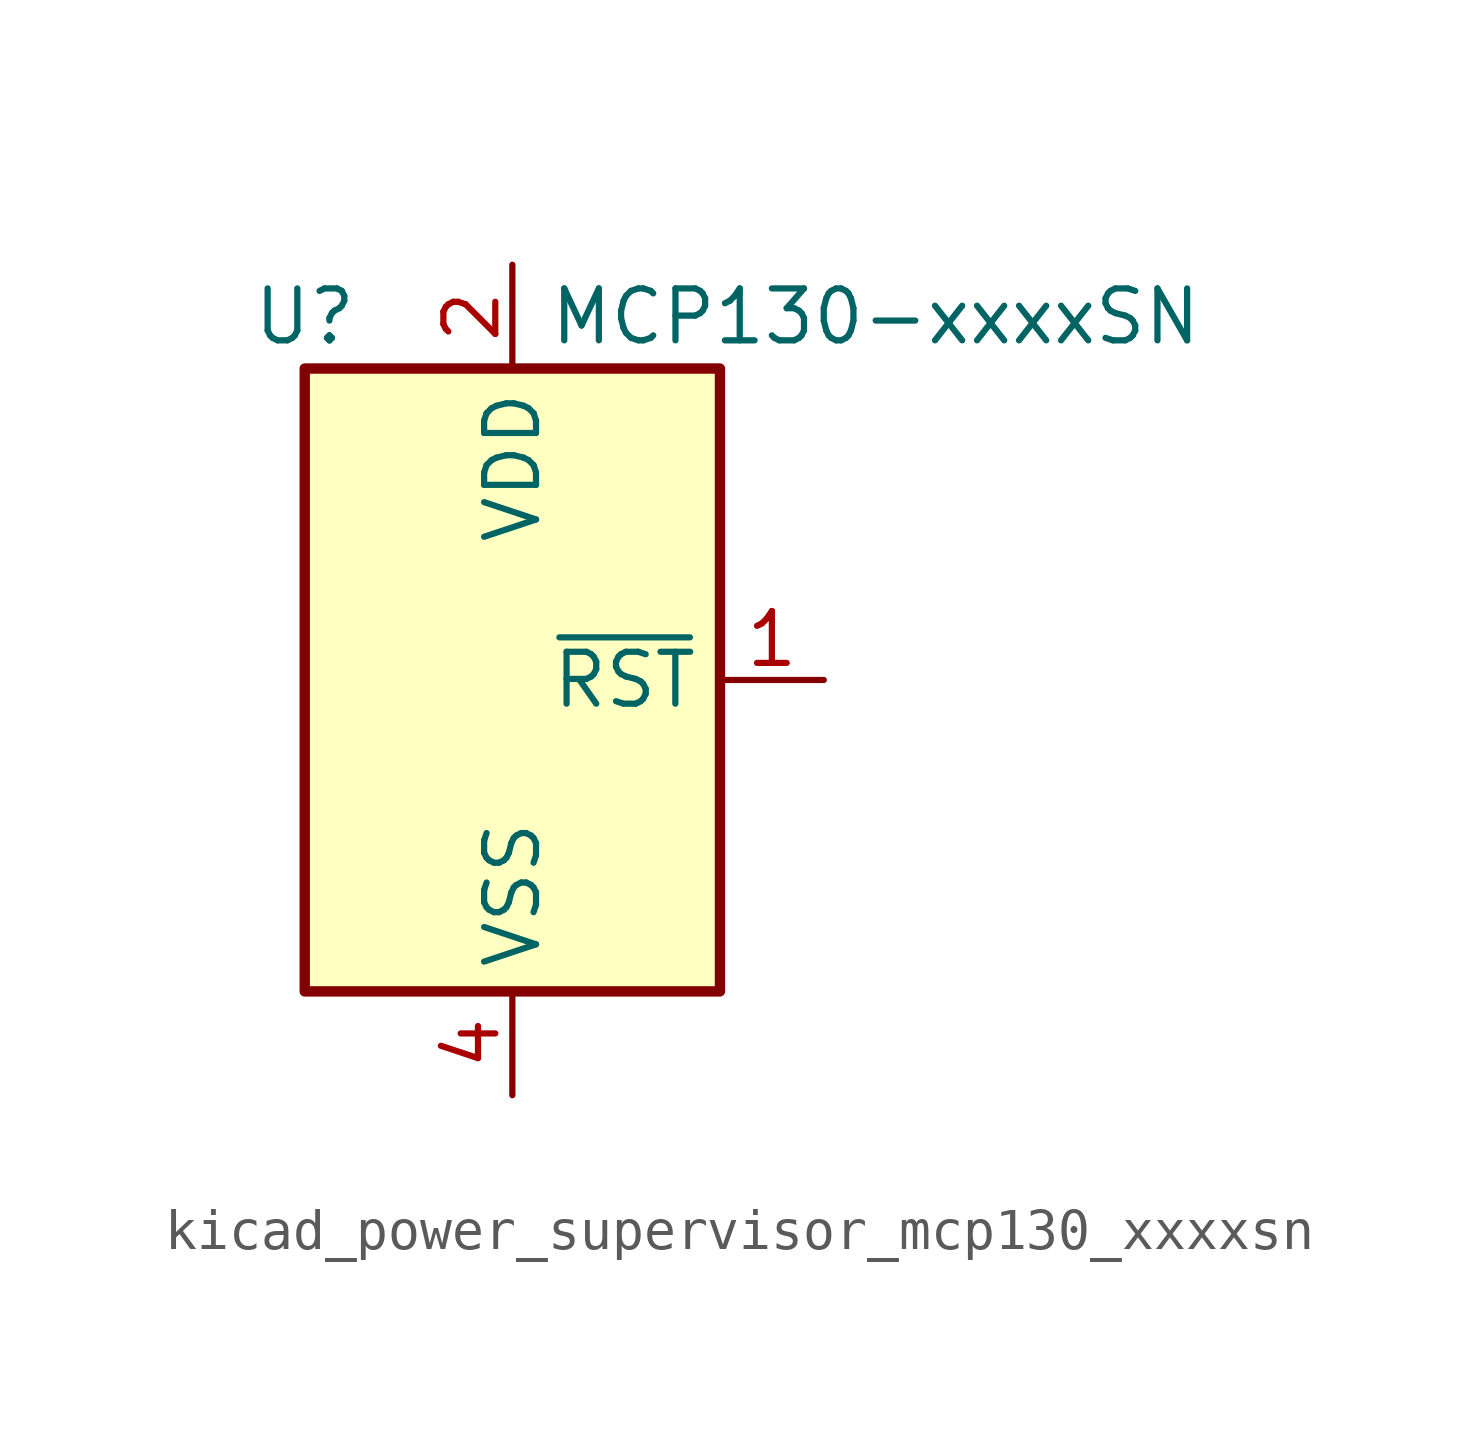
<source format=kicad_sym>
(kicad_symbol_lib
  (version 20220914)
  (generator kicad_symbol_editor)
  (symbol "kicad_power_supervisor_mcp130_xxxxsn"
    (property "Reference" "U"
      (at -5.08 8.89 0)
      (effects (font (size 1.27 1.27))))
    (property "Value" "MCP130-xxxxSN"
      (at 8.89 8.89 0)
      (effects (font (size 1.27 1.27))))
    (symbol "kicad_power_supervisor_mcp130_xxxxsn_0_1"
      (rectangle (start 5.08 7.62) (end -5.08 -7.62) (stroke (width 0.254) (type default)) (fill (type background))))
    (symbol "kicad_power_supervisor_mcp130_xxxxsn_1_1"
      (pin open_collector line (at 7.62 0 180) (length 2.54) (name "~{RST}" (effects (font (size 1.27 1.27)))) (number "1" (effects (font (size 1.27 1.27)))))
      (pin power_in line (at 0 10.16 270) (length 2.54) (name "VDD" (effects (font (size 1.27 1.27)))) (number "2" (effects (font (size 1.27 1.27)))))
      (pin no_connect line (at -5.08 5.08 0) (length 2.54) hide (name "NC" (effects (font (size 1.27 1.27)))) (number "3" (effects (font (size 1.27 1.27)))))
      (pin power_in line (at 0 -10.16 90) (length 2.54) (name "VSS" (effects (font (size 1.27 1.27)))) (number "4" (effects (font (size 1.27 1.27)))))
      (pin no_connect line (at -5.08 2.54 0) (length 2.54) hide (name "NC" (effects (font (size 1.27 1.27)))) (number "5" (effects (font (size 1.27 1.27)))))
      (pin no_connect line (at -5.08 0 0) (length 2.54) hide (name "NC" (effects (font (size 1.27 1.27)))) (number "6" (effects (font (size 1.27 1.27)))))
      (pin no_connect line (at -5.08 -2.54 0) (length 2.54) hide (name "NC" (effects (font (size 1.27 1.27)))) (number "7" (effects (font (size 1.27 1.27)))))
      (pin no_connect line (at -5.08 -5.08 0) (length 2.54) hide (name "NC" (effects (font (size 1.27 1.27)))) (number "8" (effects (font (size 1.27 1.27))))))))
</source>
